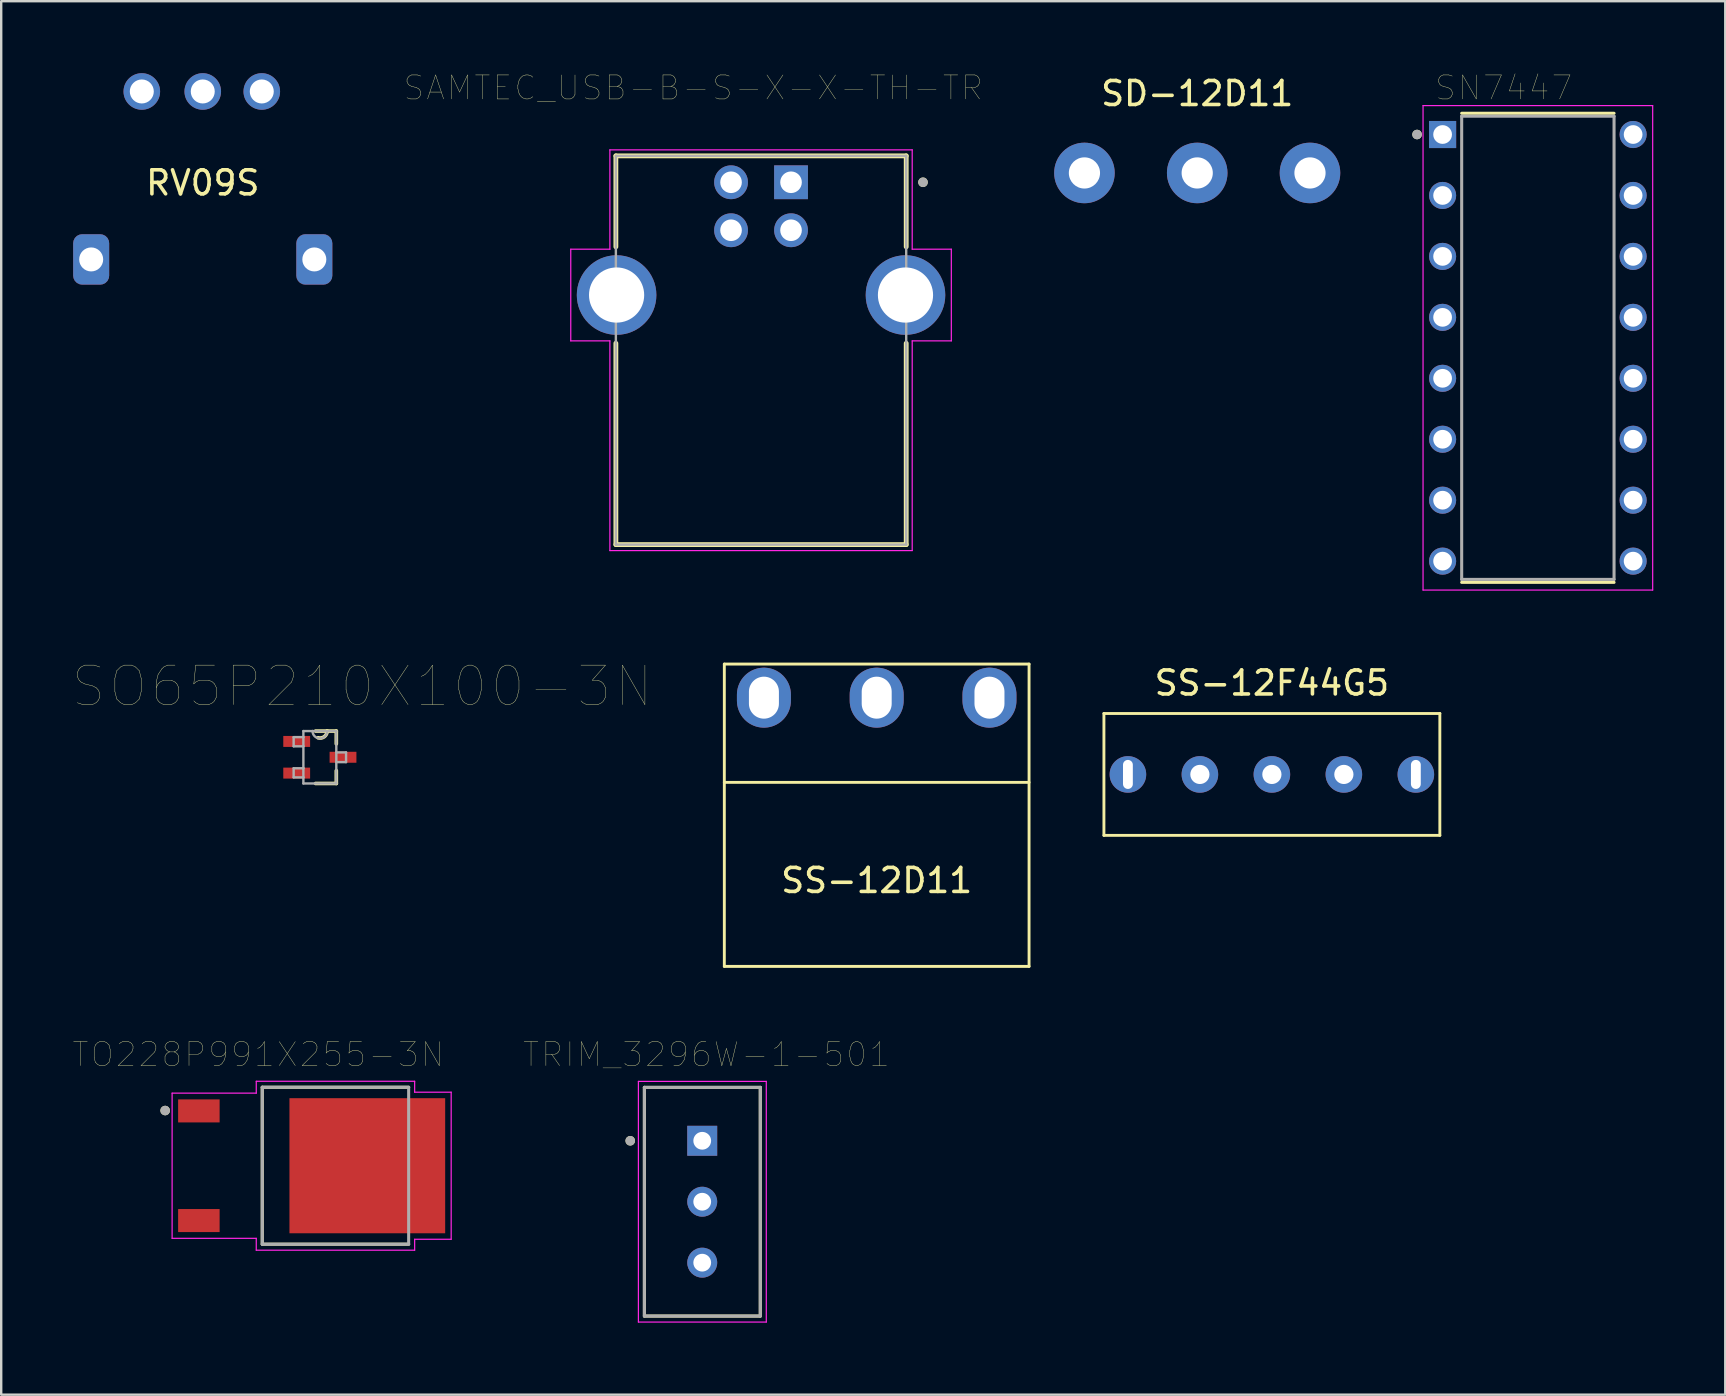
<source format=kicad_pcb>
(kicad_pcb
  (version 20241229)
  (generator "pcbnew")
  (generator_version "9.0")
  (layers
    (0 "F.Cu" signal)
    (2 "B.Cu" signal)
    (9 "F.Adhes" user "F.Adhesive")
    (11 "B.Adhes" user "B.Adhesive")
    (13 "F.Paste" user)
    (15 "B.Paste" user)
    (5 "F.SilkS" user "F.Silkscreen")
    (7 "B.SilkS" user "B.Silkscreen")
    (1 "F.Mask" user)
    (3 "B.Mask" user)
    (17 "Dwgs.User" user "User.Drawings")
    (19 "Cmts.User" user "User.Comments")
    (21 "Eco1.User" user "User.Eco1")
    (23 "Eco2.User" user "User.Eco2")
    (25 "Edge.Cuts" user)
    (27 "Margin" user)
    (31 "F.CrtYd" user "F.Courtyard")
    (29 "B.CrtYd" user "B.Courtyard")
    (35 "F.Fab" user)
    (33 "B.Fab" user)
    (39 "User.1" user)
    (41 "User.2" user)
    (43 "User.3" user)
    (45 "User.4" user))
  (footprint "SS-12D11"
    (layer "F.Cu")
    (at 33.487 26.026)
    (property "Reference" "SS-12D11" (at 0 7.62 0) (layer "F.SilkS") (effects (font (size 1 1) (thickness 0.15))))
    (attr through_hole)
    (fp_line (start -6.35 -1.4) (end -6.35 11.2) (stroke (width 0.12) (type solid)) (layer "F.SilkS"))
    (fp_line (start 6.35 -1.4) (end -6.35 -1.4) (stroke (width 0.12) (type solid)) (layer "F.SilkS"))
    (fp_line (start 6.35 -1.4) (end 6.35 11.2) (stroke (width 0.12) (type solid)) (layer "F.SilkS"))
    (fp_line (start 6.35 3.53) (end -6.35 3.53) (stroke (width 0.12) (type solid)) (layer "F.SilkS"))
    (fp_line (start 6.35 11.2) (end -6.35 11.2) (stroke (width 0.12) (type solid)) (layer "F.SilkS"))
    (pad "1" thru_hole oval (at -4.7 0) (size 2.25 2.5) (drill oval 1.25 1.75) (layers "*.Cu" "*.Mask"))
    (pad "2" thru_hole oval (at 0 0) (size 2.25 2.5) (drill oval 1.25 1.75) (layers "*.Cu" "*.Mask"))
    (pad "3" thru_hole oval (at 4.7 0) (size 2.25 2.5) (drill oval 1.25 1.75) (layers "*.Cu" "*.Mask")))
  (footprint "SO65P210X100-3N"
    (layer "F.Cu")
    (at 10.28 28.51)
    (property "Reference" "SO65P210X100-3N" (at 1.758 -2.955 0) (layer "F.SilkS") (effects (font (size 1.645 1.645) (thickness 0.015))))
    (attr through_hole)
    (fp_line (start -0.178 1.092) (end 0.686 1.092) (stroke (width 0.152) (type solid)) (layer "F.SilkS"))
    (fp_line (start 0.305 -1.092) (end -0.178 -1.092) (stroke (width 0.152) (type solid)) (layer "F.SilkS"))
    (fp_line (start 0.686 -1.092) (end 0.305 -1.092) (stroke (width 0.152) (type solid)) (layer "F.SilkS"))
    (fp_line (start 0.686 -0.559) (end 0.686 -1.092) (stroke (width 0.152) (type solid)) (layer "F.SilkS"))
    (fp_line (start 0.686 1.092) (end 0.686 0.559) (stroke (width 0.152) (type solid)) (layer "F.SilkS"))
    (fp_arc (start 0.304799 -1.0922) (mid 0.183951 -0.857521) (end -0.0762 -0.8128) (stroke (width 0.1524) (type solid)) (layer "F.SilkS"))
    (fp_line (start -1.092 -0.838) (end -1.092 -0.457) (stroke (width 0.1) (type solid)) (layer "F.Fab"))
    (fp_line (start -1.092 -0.457) (end -0.686 -0.457) (stroke (width 0.1) (type solid)) (layer "F.Fab"))
    (fp_line (start -1.092 0.457) (end -1.092 0.838) (stroke (width 0.1) (type solid)) (layer "F.Fab"))
    (fp_line (start -1.092 0.838) (end -0.686 0.838) (stroke (width 0.1) (type solid)) (layer "F.Fab"))
    (fp_line (start -0.686 -1.092) (end -0.686 -0.838) (stroke (width 0.1) (type solid)) (layer "F.Fab"))
    (fp_line (start -0.686 -0.838) (end -1.092 -0.838) (stroke (width 0.1) (type solid)) (layer "F.Fab"))
    (fp_line (start -0.686 -0.838) (end -0.686 -0.457) (stroke (width 0.1) (type solid)) (layer "F.Fab"))
    (fp_line (start -0.686 -0.457) (end -0.686 0.457) (stroke (width 0.1) (type solid)) (layer "F.Fab"))
    (fp_line (start -0.686 0.457) (end -1.092 0.457) (stroke (width 0.1) (type solid)) (layer "F.Fab"))
    (fp_line (start -0.686 0.838) (end -0.686 0.457) (stroke (width 0.1) (type solid)) (layer "F.Fab"))
    (fp_line (start -0.686 1.092) (end -0.686 0.838) (stroke (width 0.1) (type solid)) (layer "F.Fab"))
    (fp_line (start -0.686 1.092) (end 0.686 1.092) (stroke (width 0.1) (type solid)) (layer "F.Fab"))
    (fp_line (start -0.305 -1.092) (end -0.686 -1.092) (stroke (width 0.1) (type solid)) (layer "F.Fab"))
    (fp_line (start 0.305 -1.092) (end -0.305 -1.092) (stroke (width 0.1) (type solid)) (layer "F.Fab"))
    (fp_line (start 0.686 -1.092) (end 0.305 -1.092) (stroke (width 0.1) (type solid)) (layer "F.Fab"))
    (fp_line (start 0.686 -0.203) (end 0.686 -1.092) (stroke (width 0.1) (type solid)) (layer "F.Fab"))
    (fp_line (start 0.686 0.203) (end 0.686 -0.203) (stroke (width 0.1) (type solid)) (layer "F.Fab"))
    (fp_line (start 0.686 0.203) (end 1.092 0.203) (stroke (width 0.1) (type solid)) (layer "F.Fab"))
    (fp_line (start 0.686 1.092) (end 0.686 0.203) (stroke (width 0.1) (type solid)) (layer "F.Fab"))
    (fp_line (start 1.092 -0.203) (end 0.686 -0.203) (stroke (width 0.1) (type solid)) (layer "F.Fab"))
    (fp_line (start 1.092 0.203) (end 1.092 -0.203) (stroke (width 0.1) (type solid)) (layer "F.Fab"))
    (fp_arc (start 0.3048 -1.0922) (mid 0 -0.7874) (end -0.3048 -1.0922) (stroke (width 0.1) (type solid)) (layer "F.Fab"))
    (pad "1" smd rect (at -0.965 -0.66) (size 1.118 0.457) (layers "F.Cu" "F.Mask" "F.Paste"))
    (pad "2" smd rect (at -0.965 0.66) (size 1.118 0.457) (layers "F.Cu" "F.Mask" "F.Paste"))
    (pad "3" smd rect (at 0.965 0) (size 1.118 0.457) (layers "F.Cu" "F.Mask" "F.Paste")))
  (footprint "SS-12F44G5"
    (layer "F.Cu")
    (at 49.957 29.225)
    (property "Reference" "SS-12F44G5" (at 0 -3.81 0) (layer "F.SilkS") (effects (font (size 1 1) (thickness 0.15))))
    (attr through_hole)
    (fp_line (start -7 -2.54) (end -7 2.54) (stroke (width 0.12) (type solid)) (layer "F.SilkS"))
    (fp_line (start 7 -2.54) (end -7 -2.54) (stroke (width 0.12) (type solid)) (layer "F.SilkS"))
    (fp_line (start 7 -2.54) (end 7 2.54) (stroke (width 0.12) (type solid)) (layer "F.SilkS"))
    (fp_line (start 7 2.54) (end -7 2.54) (stroke (width 0.12) (type solid)) (layer "F.SilkS"))
    (pad "1" thru_hole circle (at -3 0) (size 1.524 1.524) (drill 0.8) (layers "*.Cu" "*.Mask"))
    (pad "2" thru_hole circle (at 0 0) (size 1.524 1.524) (drill 0.8) (layers "*.Cu" "*.Mask"))
    (pad "3" thru_hole circle (at 3 0) (size 1.524 1.524) (drill 0.8) (layers "*.Cu" "*.Mask"))
    (pad "4" thru_hole circle (at 6 0) (size 1.524 1.524) (drill oval 0.41 1.21) (layers "*.Cu" "*.Mask"))
    (pad "5" thru_hole circle (at -6 0) (size 1.524 1.524) (drill oval 0.41 1.21) (layers "*.Cu" "*.Mask")))
  (footprint "TRIM_3296W-1-501"
    (layer "F.Cu")
    (at 26.216 47.033)
    (property "Reference" "TRIM_3296W-1-501" (at 0.175 -6.135 0) (layer "F.SilkS") (effects (font (size 1 1) (thickness 0.015))))
    (attr through_hole)
    (fp_line (start -2.41 -4.765) (end -2.41 4.765) (stroke (width 0.127) (type solid)) (layer "F.SilkS"))
    (fp_line (start -2.41 4.765) (end 2.42 4.765) (stroke (width 0.127) (type solid)) (layer "F.SilkS"))
    (fp_line (start 2.42 -4.765) (end -2.41 -4.765) (stroke (width 0.127) (type solid)) (layer "F.SilkS"))
    (fp_line (start 2.42 4.765) (end 2.42 -4.765) (stroke (width 0.127) (type solid)) (layer "F.SilkS"))
    (fp_circle (center -3 -2.54) (end -2.9 -2.54) (stroke (width 0.2) (type solid)) (fill no) (layer "F.SilkS"))
    (fp_line (start -2.66 -5.015) (end 2.67 -5.015) (stroke (width 0.05) (type solid)) (layer "F.CrtYd"))
    (fp_line (start -2.66 5.015) (end -2.66 -5.015) (stroke (width 0.05) (type solid)) (layer "F.CrtYd"))
    (fp_line (start 2.67 -5.015) (end 2.67 5.015) (stroke (width 0.05) (type solid)) (layer "F.CrtYd"))
    (fp_line (start 2.67 5.015) (end -2.66 5.015) (stroke (width 0.05) (type solid)) (layer "F.CrtYd"))
    (fp_line (start -2.41 -4.765) (end 2.42 -4.765) (stroke (width 0.127) (type solid)) (layer "F.Fab"))
    (fp_line (start -2.41 4.765) (end -2.41 -4.765) (stroke (width 0.127) (type solid)) (layer "F.Fab"))
    (fp_line (start 2.42 -4.765) (end 2.42 4.765) (stroke (width 0.127) (type solid)) (layer "F.Fab"))
    (fp_line (start 2.42 4.765) (end -2.41 4.765) (stroke (width 0.127) (type solid)) (layer "F.Fab"))
    (fp_circle (center -3 -2.54) (end -2.9 -2.54) (stroke (width 0.2) (type solid)) (fill no) (layer "F.Fab"))
    (pad "1" thru_hole rect (at 0 -2.54) (size 1.248 1.248) (drill 0.74) (layers "*.Cu" "*.Mask"))
    (pad "2" thru_hole circle (at 0 0) (size 1.248 1.248) (drill 0.74) (layers "*.Cu" "*.Mask"))
    (pad "3" thru_hole circle (at 0 2.54) (size 1.248 1.248) (drill 0.74) (layers "*.Cu" "*.Mask")))
  (footprint "SD-12D11"
    (layer "F.Cu")
    (at 46.845 0.348)
    (property "Reference" "SD-12D11" (at 0 0.5 0) (layer "F.SilkS") (effects (font (size 1 1) (thickness 0.15))))
    (attr through_hole)
    (pad "1" thru_hole circle (at -4.7 3.81) (size 2.524 2.524) (drill 1.3) (layers "*.Cu" "*.Mask"))
    (pad "2" thru_hole circle (at 0 3.81) (size 2.524 2.524) (drill 1.3) (layers "*.Cu" "*.Mask"))
    (pad "3" thru_hole circle (at 4.7 3.81) (size 2.524 2.524) (drill 1.3) (layers "*.Cu" "*.Mask")))
  (footprint "SAMTEC_USB-B-S-X-X-TH-TR"
    (layer "F.Cu")
    (at 28.667 9.246)
    (property "Reference" "SAMTEC_USB-B-S-X-X-TH-TR" (at -2.825 -8.635 0) (layer "F.SilkS") (effects (font (size 1 1) (thickness 0.015))))
    (attr through_hole)
    (fp_line (start -6.05 -5.8) (end 6.05 -5.8) (stroke (width 0.2) (type solid)) (layer "F.SilkS"))
    (fp_line (start -6.05 -2.01) (end -6.05 -5.8) (stroke (width 0.2) (type solid)) (layer "F.SilkS"))
    (fp_line (start -6.05 10.4) (end -6.05 2.01) (stroke (width 0.2) (type solid)) (layer "F.SilkS"))
    (fp_line (start 6.05 -5.8) (end 6.05 -2.01) (stroke (width 0.2) (type solid)) (layer "F.SilkS"))
    (fp_line (start 6.05 2.01) (end 6.05 10.4) (stroke (width 0.2) (type solid)) (layer "F.SilkS"))
    (fp_line (start 6.05 10.4) (end -6.05 10.4) (stroke (width 0.2) (type solid)) (layer "F.SilkS"))
    (fp_circle (center 6.75 -4.7) (end 6.85 -4.7) (stroke (width 0.2) (type solid)) (fill no) (layer "F.SilkS"))
    (fp_line (start -7.93 -1.91) (end -6.3 -1.91) (stroke (width 0.05) (type solid)) (layer "F.CrtYd"))
    (fp_line (start -7.93 1.91) (end -7.93 -1.91) (stroke (width 0.05) (type solid)) (layer "F.CrtYd"))
    (fp_line (start -6.3 -6.05) (end 6.3 -6.05) (stroke (width 0.05) (type solid)) (layer "F.CrtYd"))
    (fp_line (start -6.3 -1.91) (end -6.3 -6.05) (stroke (width 0.05) (type solid)) (layer "F.CrtYd"))
    (fp_line (start -6.3 1.91) (end -7.93 1.91) (stroke (width 0.05) (type solid)) (layer "F.CrtYd"))
    (fp_line (start -6.3 10.65) (end -6.3 1.91) (stroke (width 0.05) (type solid)) (layer "F.CrtYd"))
    (fp_line (start 6.3 -6.05) (end 6.3 -1.91) (stroke (width 0.05) (type solid)) (layer "F.CrtYd"))
    (fp_line (start 6.3 -1.91) (end 7.93 -1.91) (stroke (width 0.05) (type solid)) (layer "F.CrtYd"))
    (fp_line (start 6.3 1.91) (end 6.3 10.65) (stroke (width 0.05) (type solid)) (layer "F.CrtYd"))
    (fp_line (start 6.3 10.65) (end -6.3 10.65) (stroke (width 0.05) (type solid)) (layer "F.CrtYd"))
    (fp_line (start 7.93 -1.91) (end 7.93 1.91) (stroke (width 0.05) (type solid)) (layer "F.CrtYd"))
    (fp_line (start 7.93 1.91) (end 6.3 1.91) (stroke (width 0.05) (type solid)) (layer "F.CrtYd"))
    (fp_line (start -6.05 -5.8) (end 6.05 -5.8) (stroke (width 0.1) (type solid)) (layer "F.Fab"))
    (fp_line (start -6.05 10.4) (end -6.05 -5.8) (stroke (width 0.1) (type solid)) (layer "F.Fab"))
    (fp_line (start 6.05 -5.8) (end 6.05 10.4) (stroke (width 0.1) (type solid)) (layer "F.Fab"))
    (fp_line (start 6.05 10.4) (end -6.05 10.4) (stroke (width 0.1) (type solid)) (layer "F.Fab"))
    (fp_circle (center 6.75 -4.7) (end 6.85 -4.7) (stroke (width 0.2) (type solid)) (fill no) (layer "F.Fab"))
    (pad "1" thru_hole rect (at 1.25 -4.7) (size 1.408 1.408) (drill 0.9) (layers "*.Cu" "*.Mask"))
    (pad "2" thru_hole circle (at -1.25 -4.7) (size 1.408 1.408) (drill 0.9) (layers "*.Cu" "*.Mask"))
    (pad "3" thru_hole circle (at -1.25 -2.7) (size 1.408 1.408) (drill 0.9) (layers "*.Cu" "*.Mask"))
    (pad "4" thru_hole circle (at 1.25 -2.7) (size 1.408 1.408) (drill 0.9) (layers "*.Cu" "*.Mask"))
    (pad "S1" thru_hole circle (at -6.02 0) (size 3.316 3.316) (drill 2.3) (layers "*.Cu" "*.Mask"))
    (pad "S2" thru_hole circle (at 6.02 0) (size 3.316 3.316) (drill 2.3) (layers "*.Cu" "*.Mask")))
  (footprint "SN7447"
    (layer "F.Cu")
    (at 61.042 11.446)
    (property "Reference" "SN7447" (at -1.425 -10.835 0) (layer "F.SilkS") (effects (font (size 1 1) (thickness 0.015))))
    (attr through_hole)
    (fp_line (start -3.175 -9.775) (end 3.175 -9.775) (stroke (width 0.127) (type solid)) (layer "F.SilkS"))
    (fp_line (start -3.175 9.775) (end 3.175 9.775) (stroke (width 0.127) (type solid)) (layer "F.SilkS"))
    (fp_circle (center -5.035 -8.89) (end -4.935 -8.89) (stroke (width 0.2) (type solid)) (fill no) (layer "F.SilkS"))
    (fp_line (start -4.785 -10.095) (end -4.785 10.095) (stroke (width 0.05) (type solid)) (layer "F.CrtYd"))
    (fp_line (start 4.785 -10.095) (end -4.785 -10.095) (stroke (width 0.05) (type solid)) (layer "F.CrtYd"))
    (fp_line (start 4.785 -10.095) (end 4.785 10.095) (stroke (width 0.05) (type solid)) (layer "F.CrtYd"))
    (fp_line (start 4.785 10.095) (end -4.785 10.095) (stroke (width 0.05) (type solid)) (layer "F.CrtYd"))
    (fp_line (start -3.175 -9.652) (end -3.175 9.652) (stroke (width 0.127) (type solid)) (layer "F.Fab"))
    (fp_line (start -3.175 -9.652) (end 3.175 -9.652) (stroke (width 0.127) (type solid)) (layer "F.Fab"))
    (fp_line (start -3.175 9.652) (end 3.175 9.652) (stroke (width 0.127) (type solid)) (layer "F.Fab"))
    (fp_line (start 3.175 -9.652) (end 3.175 9.652) (stroke (width 0.127) (type solid)) (layer "F.Fab"))
    (fp_circle (center -5.035 -8.89) (end -4.935 -8.89) (stroke (width 0.2) (type solid)) (fill no) (layer "F.Fab"))
    (pad "1" thru_hole rect (at -3.97 -8.89) (size 1.13 1.13) (drill 0.78) (layers "*.Cu" "*.Mask"))
    (pad "2" thru_hole circle (at -3.97 -6.35) (size 1.13 1.13) (drill 0.78) (layers "*.Cu" "*.Mask"))
    (pad "3" thru_hole circle (at -3.97 -3.81) (size 1.13 1.13) (drill 0.78) (layers "*.Cu" "*.Mask"))
    (pad "4" thru_hole circle (at -3.97 -1.27) (size 1.13 1.13) (drill 0.78) (layers "*.Cu" "*.Mask"))
    (pad "5" thru_hole circle (at -3.97 1.27) (size 1.13 1.13) (drill 0.78) (layers "*.Cu" "*.Mask"))
    (pad "6" thru_hole circle (at -3.97 3.81) (size 1.13 1.13) (drill 0.78) (layers "*.Cu" "*.Mask"))
    (pad "7" thru_hole circle (at -3.97 6.35) (size 1.13 1.13) (drill 0.78) (layers "*.Cu" "*.Mask"))
    (pad "8" thru_hole circle (at -3.97 8.89) (size 1.13 1.13) (drill 0.78) (layers "*.Cu" "*.Mask"))
    (pad "9" thru_hole circle (at 3.97 8.89) (size 1.13 1.13) (drill 0.78) (layers "*.Cu" "*.Mask"))
    (pad "10" thru_hole circle (at 3.97 6.35) (size 1.13 1.13) (drill 0.78) (layers "*.Cu" "*.Mask"))
    (pad "11" thru_hole circle (at 3.97 3.81) (size 1.13 1.13) (drill 0.78) (layers "*.Cu" "*.Mask"))
    (pad "12" thru_hole circle (at 3.97 1.27) (size 1.13 1.13) (drill 0.78) (layers "*.Cu" "*.Mask"))
    (pad "13" thru_hole circle (at 3.97 -1.27) (size 1.13 1.13) (drill 0.78) (layers "*.Cu" "*.Mask"))
    (pad "14" thru_hole circle (at 3.97 -3.81) (size 1.13 1.13) (drill 0.78) (layers "*.Cu" "*.Mask"))
    (pad "15" thru_hole circle (at 3.97 -6.35) (size 1.13 1.13) (drill 0.78) (layers "*.Cu" "*.Mask"))
    (pad "16" thru_hole circle (at 3.97 -8.89) (size 1.13 1.13) (drill 0.78) (layers "*.Cu" "*.Mask")))
  (footprint "TO228P991X255-3N"
    (layer "F.Cu")
    (at 9.938 45.533)
    (property "Reference" "TO228P991X255-3N" (at -2.23 -4.635 0) (layer "F.SilkS") (effects (font (size 1 1) (thickness 0.015))))
    (attr through_hole)
    (fp_line (start -2.058 -3.27) (end -2.058 3.27) (stroke (width 0.127) (type solid)) (layer "F.SilkS"))
    (fp_line (start -2.058 3.27) (end 4.043 3.27) (stroke (width 0.127) (type solid)) (layer "F.SilkS"))
    (fp_line (start 4.043 -3.27) (end -2.058 -3.27) (stroke (width 0.127) (type solid)) (layer "F.SilkS"))
    (fp_circle (center -6.105 -2.3) (end -6.005 -2.3) (stroke (width 0.2) (type solid)) (fill no) (layer "F.SilkS"))
    (fp_poly (pts (xy -0.565 -2.265) (xy 0.865 -2.265) (xy 0.865 -0.555) (xy -0.565 -0.555)) (stroke (width 0.01) (type solid)) (fill yes) (layer "F.Paste"))
    (fp_poly (pts (xy -0.565 0.555) (xy 0.865 0.555) (xy 0.865 2.265) (xy -0.565 2.265)) (stroke (width 0.01) (type solid)) (fill yes) (layer "F.Paste"))
    (fp_poly (pts (xy 1.605 -2.265) (xy 3.035 -2.265) (xy 3.035 -0.555) (xy 1.605 -0.555)) (stroke (width 0.01) (type solid)) (fill yes) (layer "F.Paste"))
    (fp_poly (pts (xy 1.605 0.555) (xy 3.035 0.555) (xy 3.035 2.265) (xy 1.605 2.265)) (stroke (width 0.01) (type solid)) (fill yes) (layer "F.Paste"))
    (fp_poly (pts (xy 3.775 -2.265) (xy 5.205 -2.265) (xy 5.205 -0.555) (xy 3.775 -0.555)) (stroke (width 0.01) (type solid)) (fill yes) (layer "F.Paste"))
    (fp_poly (pts (xy 3.775 0.555) (xy 5.205 0.555) (xy 5.205 2.265) (xy 3.775 2.265)) (stroke (width 0.01) (type solid)) (fill yes) (layer "F.Paste"))
    (fp_line (start -5.815 -3.025) (end -5.815 3.025) (stroke (width 0.05) (type solid)) (layer "F.CrtYd"))
    (fp_line (start -5.815 3.025) (end -2.308 3.025) (stroke (width 0.05) (type solid)) (layer "F.CrtYd"))
    (fp_line (start -2.308 -3.52) (end -2.308 -3.025) (stroke (width 0.05) (type solid)) (layer "F.CrtYd"))
    (fp_line (start -2.308 -3.025) (end -5.815 -3.025) (stroke (width 0.05) (type solid)) (layer "F.CrtYd"))
    (fp_line (start -2.308 3.025) (end -2.308 3.52) (stroke (width 0.05) (type solid)) (layer "F.CrtYd"))
    (fp_line (start -2.308 3.52) (end 4.293 3.52) (stroke (width 0.05) (type solid)) (layer "F.CrtYd"))
    (fp_line (start 4.293 -3.52) (end -2.308 -3.52) (stroke (width 0.05) (type solid)) (layer "F.CrtYd"))
    (fp_line (start 4.293 -3.065) (end 4.293 -3.52) (stroke (width 0.05) (type solid)) (layer "F.CrtYd"))
    (fp_line (start 4.293 3.065) (end 5.815 3.065) (stroke (width 0.05) (type solid)) (layer "F.CrtYd"))
    (fp_line (start 4.293 3.52) (end 4.293 3.065) (stroke (width 0.05) (type solid)) (layer "F.CrtYd"))
    (fp_line (start 5.815 -3.065) (end 4.293 -3.065) (stroke (width 0.05) (type solid)) (layer "F.CrtYd"))
    (fp_line (start 5.815 3.065) (end 5.815 -3.065) (stroke (width 0.05) (type solid)) (layer "F.CrtYd"))
    (fp_line (start -2.058 -3.27) (end -2.058 3.27) (stroke (width 0.127) (type solid)) (layer "F.Fab"))
    (fp_line (start -2.058 3.27) (end 4.043 3.27) (stroke (width 0.127) (type solid)) (layer "F.Fab"))
    (fp_line (start 4.043 -3.27) (end -2.058 -3.27) (stroke (width 0.127) (type solid)) (layer "F.Fab"))
    (fp_line (start 4.043 3.27) (end 4.043 -3.27) (stroke (width 0.127) (type solid)) (layer "F.Fab"))
    (fp_circle (center -6.105 -2.3) (end -6.005 -2.3) (stroke (width 0.2) (type solid)) (fill no) (layer "F.Fab"))
    (pad "1" smd rect (at -4.7 -2.285) (size 1.73 0.96) (layers "F.Cu" "F.Mask" "F.Paste"))
    (pad "2" smd rect (at 2.32 0) (size 6.49 5.63) (layers "F.Cu" "F.Mask"))
    (pad "3" smd rect (at -4.7 2.285) (size 1.73 0.96) (layers "F.Cu" "F.Mask" "F.Paste")))
  (footprint "RV09S"
    (layer "F.Cu")
    (at 5.4 4.572)
    (property "Reference" "RV09S" (at 0 0 0) (layer "F.SilkS") (effects (font (size 1 1) (thickness 0.15))))
    (attr through_hole)
    (pad "3" thru_hole roundrect (at -4.65 3.19) (size 1.5 2.1) (drill 1) (layers "*.Cu" "*.Mask") (roundrect_rratio 0.25))
    (pad "3" thru_hole circle (at -2.54 -3.81) (size 1.524 1.524) (drill 1) (layers "*.Cu" "*.Mask"))
    (pad "3" thru_hole circle (at 0 -3.81) (size 1.524 1.524) (drill 1) (layers "*.Cu" "*.Mask"))
    (pad "3" thru_hole circle (at 2.46 -3.81) (size 1.524 1.524) (drill 1) (layers "*.Cu" "*.Mask"))
    (pad "4" thru_hole roundrect (at 4.65 3.19) (size 1.5 2.1) (drill 1) (layers "*.Cu" "*.Mask") (roundrect_rratio 0.25)))
  (gr_rect
    (start -3 -3)
    (end 68.852 55.073)
    (stroke (width 0.1) (type default))
    (fill no)
    (layer "Edge.Cuts")))
</source>
